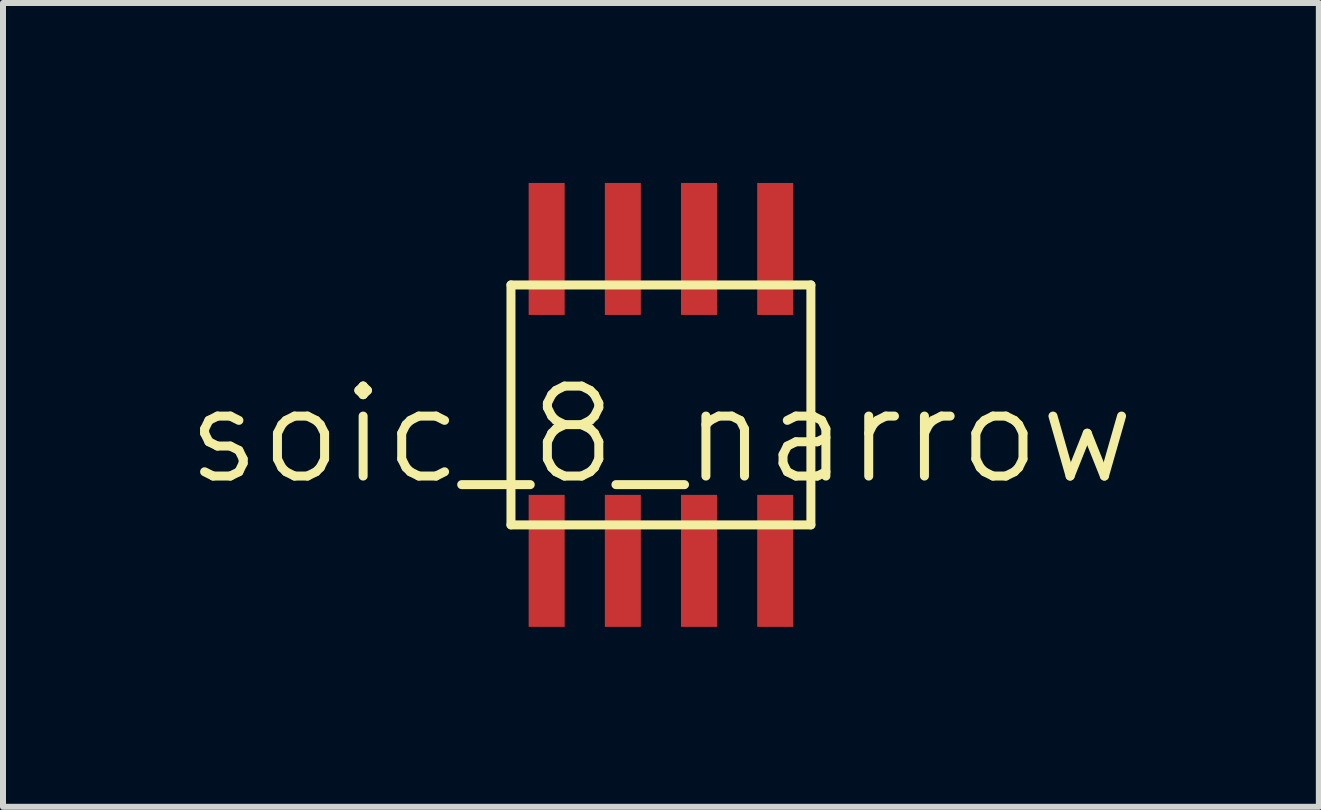
<source format=kicad_pcb>
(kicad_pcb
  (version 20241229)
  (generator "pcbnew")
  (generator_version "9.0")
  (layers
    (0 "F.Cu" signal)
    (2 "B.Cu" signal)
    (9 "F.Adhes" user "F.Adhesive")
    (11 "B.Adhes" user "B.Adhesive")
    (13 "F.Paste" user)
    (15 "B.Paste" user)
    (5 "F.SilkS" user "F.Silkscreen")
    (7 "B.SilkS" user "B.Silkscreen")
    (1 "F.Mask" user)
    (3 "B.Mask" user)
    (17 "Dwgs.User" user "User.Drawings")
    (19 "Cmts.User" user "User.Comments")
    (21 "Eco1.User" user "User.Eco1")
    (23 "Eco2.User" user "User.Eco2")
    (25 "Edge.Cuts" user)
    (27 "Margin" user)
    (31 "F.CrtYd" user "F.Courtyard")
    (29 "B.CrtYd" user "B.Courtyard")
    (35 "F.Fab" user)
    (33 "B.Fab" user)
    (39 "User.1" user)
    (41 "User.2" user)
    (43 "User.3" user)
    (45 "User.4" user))
  (footprint "soic_8_narrow"
    (layer "F.Cu")
    (at 7.968 3.7)
    (property "Reference" "soic_8_narrow" (at 0 0.5 0) (layer "F.SilkS") (effects (font (size 1.5 1.5) (thickness 0.15))))
    (attr smd)
    (fp_line (start -2.5 -2) (end 2.5 -2) (stroke (width 0.15) (type solid)) (layer "F.SilkS"))
    (fp_line (start -2.5 2) (end -2.5 -2) (stroke (width 0.15) (type solid)) (layer "F.SilkS"))
    (fp_line (start 2.5 -2) (end 2.5 2) (stroke (width 0.15) (type solid)) (layer "F.SilkS"))
    (fp_line (start 2.5 2) (end -2.5 2) (stroke (width 0.15) (type solid)) (layer "F.SilkS"))
    (pad "1" smd rect (at -1.905 2.6) (size 0.6 2.2) (layers "F.Cu" "F.Mask" "F.Paste"))
    (pad "2" smd rect (at -0.635 2.6) (size 0.6 2.2) (layers "F.Cu" "F.Mask" "F.Paste"))
    (pad "3" smd rect (at 0.635 2.6) (size 0.6 2.2) (layers "F.Cu" "F.Mask" "F.Paste"))
    (pad "4" smd rect (at 1.905 2.6) (size 0.6 2.2) (layers "F.Cu" "F.Mask" "F.Paste"))
    (pad "5" smd rect (at 1.905 -2.6) (size 0.6 2.2) (layers "F.Cu" "F.Mask" "F.Paste"))
    (pad "6" smd rect (at 0.635 -2.6) (size 0.6 2.2) (layers "F.Cu" "F.Mask" "F.Paste"))
    (pad "7" smd rect (at -0.635 -2.6) (size 0.6 2.2) (layers "F.Cu" "F.Mask" "F.Paste"))
    (pad "8" smd rect (at -1.905 -2.6) (size 0.6 2.2) (layers "F.Cu" "F.Mask" "F.Paste")))
  (gr_rect
    (start -3 -3)
    (end 18.936 10.4)
    (stroke (width 0.1) (type default))
    (fill no)
    (layer "Edge.Cuts")))
</source>
